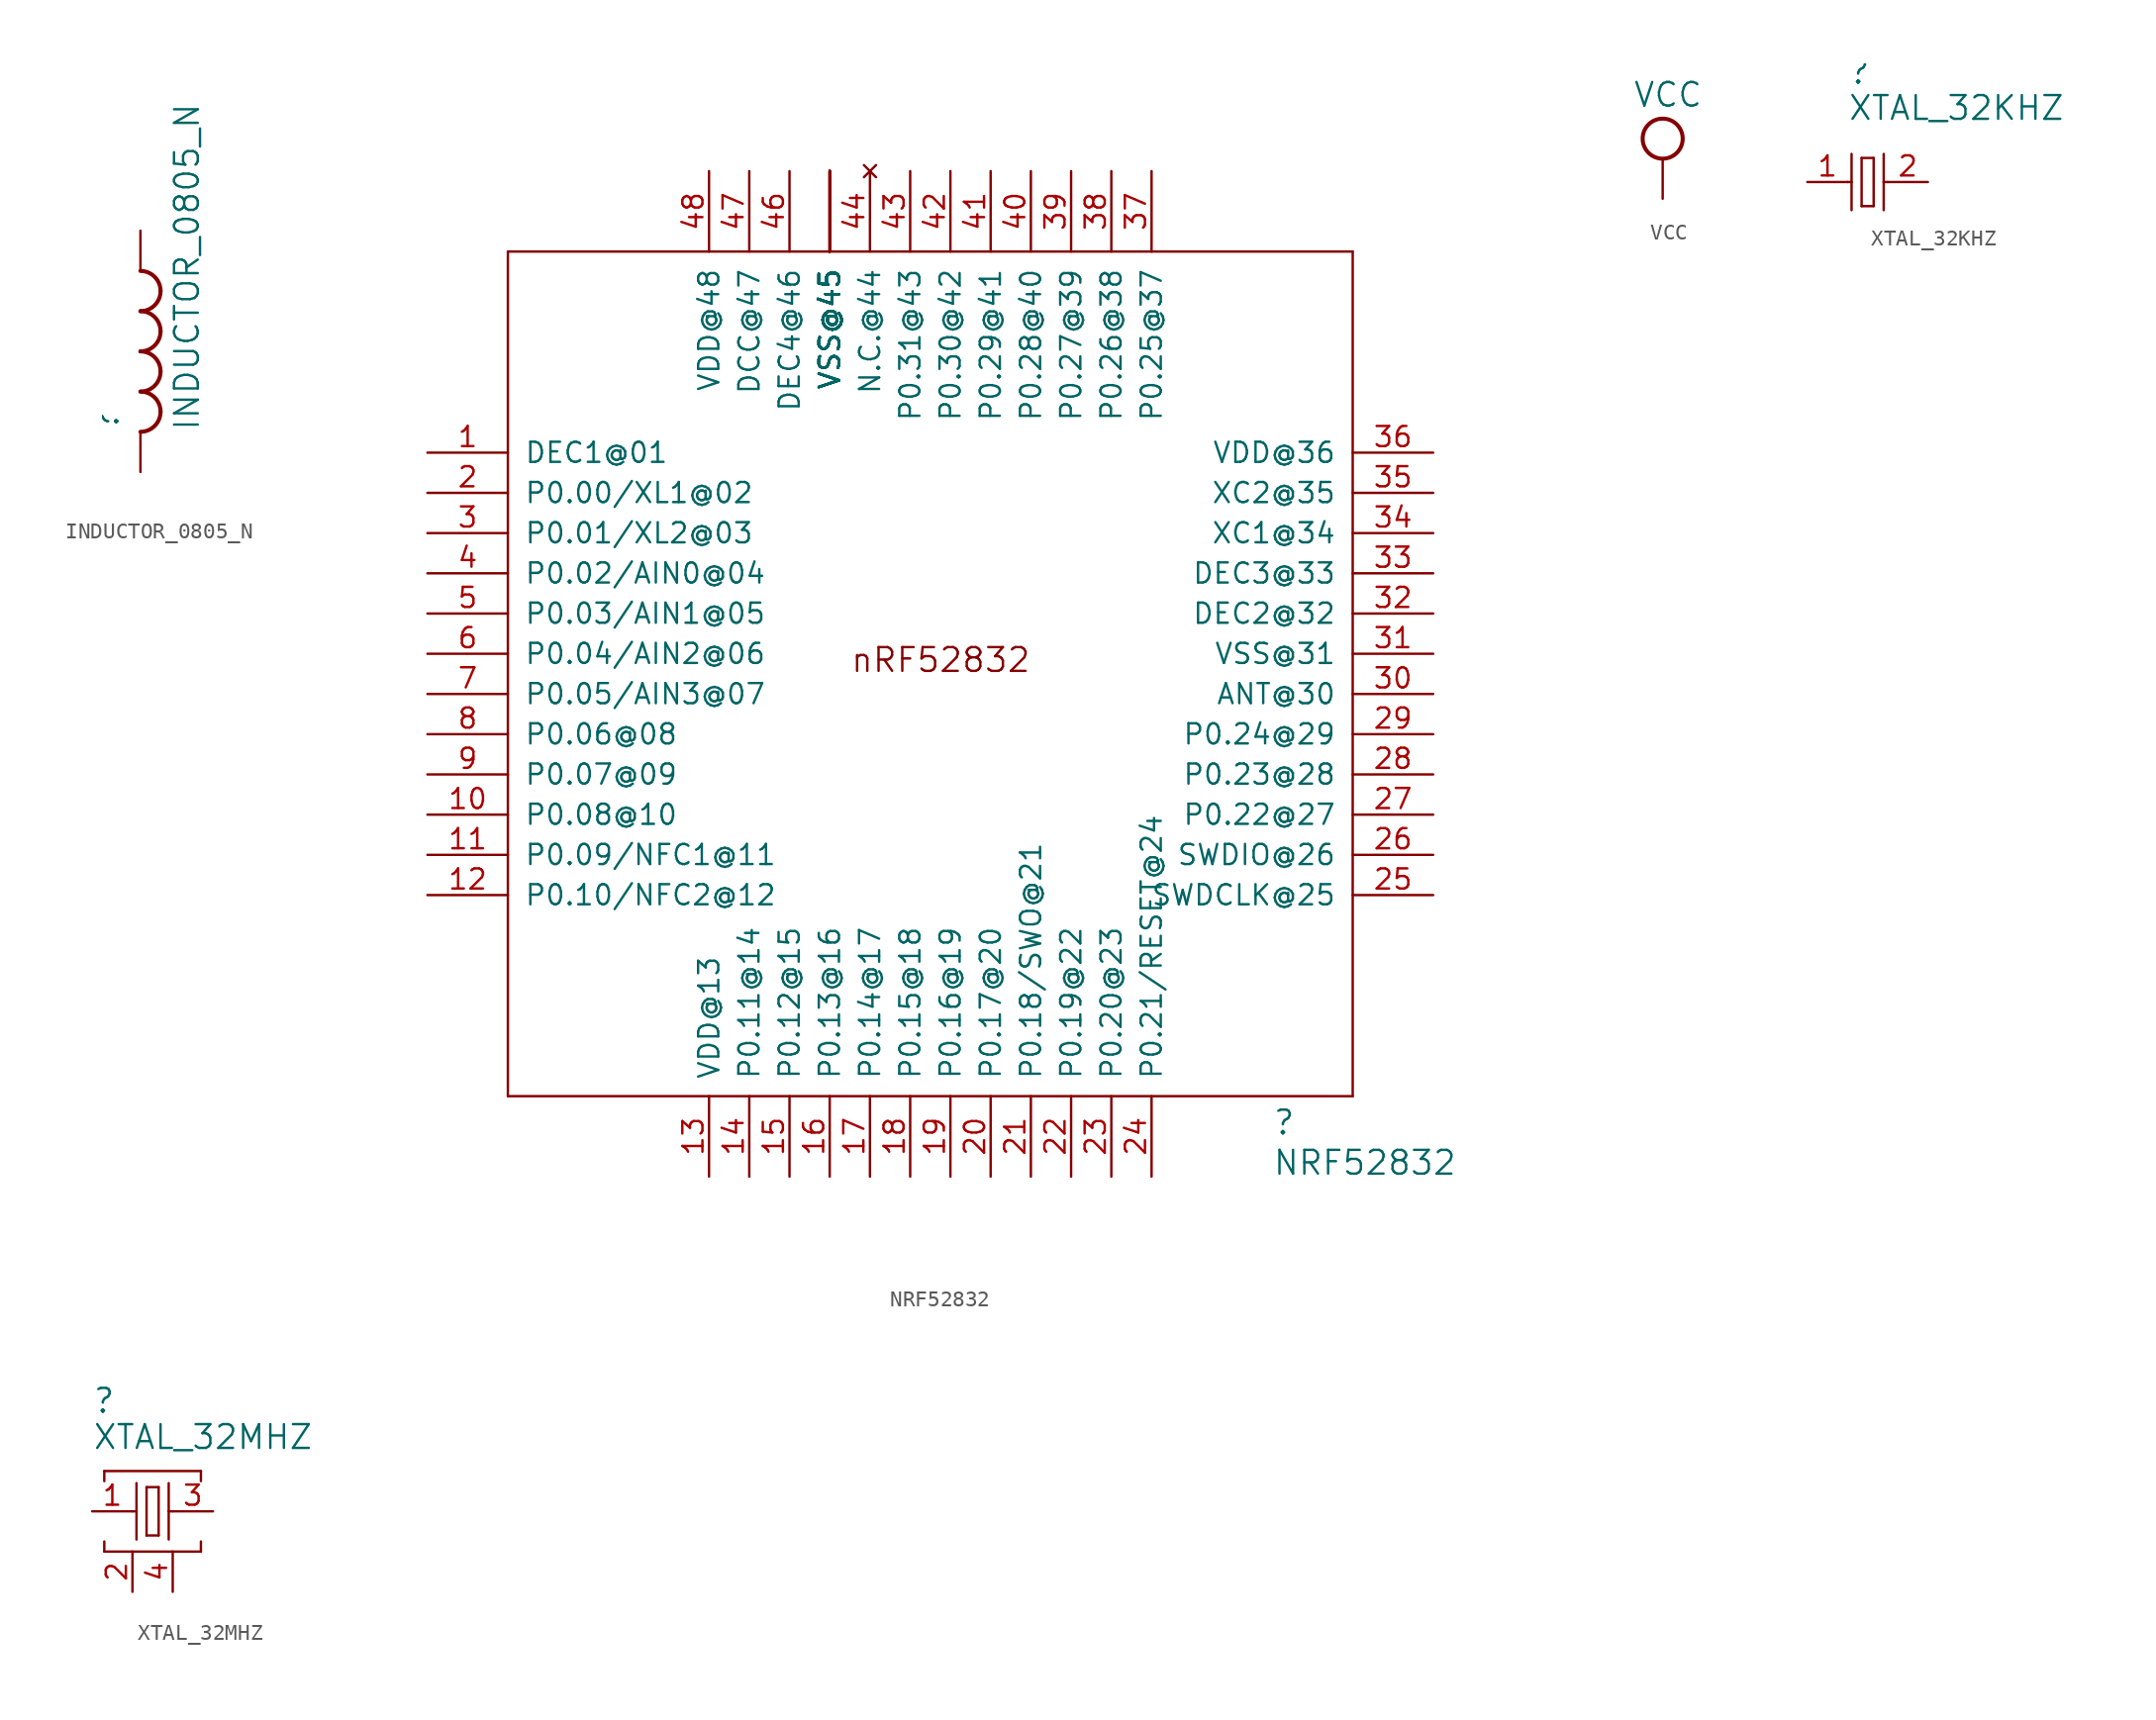
<source format=kicad_sym>
(kicad_symbol_lib
  (version 20211014)
  (generator kicad_symbol_editor)
  (symbol "INDUCTOR_0805_N"
    (pin_names
      (offset 1.016))
    (property "Reference" ""
      (at -1.27 -5.08 90)
      (effects (font (size 1.499 1.499)) (justify left bottom)))
    (property "Value" "INDUCTOR_0805_N"
      (at 3.81 -5.08 90)
      (effects (font (size 1.499 1.499)) (justify left bottom)))
    (property "ki_locked" ""
      (at 0 0 0)
      (effects (font (size 1.27 1.27))))
    (symbol "INDUCTOR_0805_N_1_0"
      (arc (start 0 -5.08) (mid 0.898 -4.708) (end 1.27 -3.81) (stroke (width 0.254) (type default) (color 0 0 0 0)) (fill (type none)))
      (arc (start 0 -2.54) (mid 0.898 -2.168) (end 1.27 -1.27) (stroke (width 0.254) (type default) (color 0 0 0 0)) (fill (type none)))
      (arc (start 0 0) (mid 0.898 0.372) (end 1.27 1.27) (stroke (width 0.254) (type default) (color 0 0 0 0)) (fill (type none)))
      (arc (start 0 2.54) (mid 0.898 2.912) (end 1.27 3.81) (stroke (width 0.254) (type default) (color 0 0 0 0)) (fill (type none)))
      (arc (start 1.27 -3.81) (mid 0.898 -2.912) (end 0 -2.54) (stroke (width 0.254) (type default) (color 0 0 0 0)) (fill (type none)))
      (arc (start 1.27 -1.27) (mid 0.898 -0.372) (end 0 0) (stroke (width 0.254) (type default) (color 0 0 0 0)) (fill (type none)))
      (arc (start 1.27 1.27) (mid 0.898 2.168) (end 0 2.54) (stroke (width 0.254) (type default) (color 0 0 0 0)) (fill (type none)))
      (arc (start 1.27 3.81) (mid 0.898 4.708) (end 0 5.08) (stroke (width 0.254) (type default) (color 0 0 0 0)) (fill (type none)))
      (pin passive line (at 0 7.62 270) (length 2.54) (name "1" (effects (font (size 0 0)))) (number "1" (effects (font (size 0 0)))))
      (pin passive line (at 0 -7.62 90) (length 2.54) (name "2" (effects (font (size 0 0)))) (number "2" (effects (font (size 0 0)))))))
  (symbol "NRF52832"
    (pin_names
      (offset 1.016))
    (property "Reference" ""
      (at 48.26 -2.54 0)
      (effects (font (size 1.499 1.499)) (justify left bottom)))
    (property "Value" "NRF52832"
      (at 48.26 -5.08 0)
      (effects (font (size 1.499 1.499)) (justify left bottom)))
    (property "ki_locked" ""
      (at 0 0 0)
      (effects (font (size 1.27 1.27))))
    (symbol "NRF52832_1_0"
      (polyline (pts (xy 0 0) (xy 0 53.34)) (stroke (width 0) (type default) (color 0 0 0 0)) (fill (type none)))
      (polyline (pts (xy 0 53.34) (xy 53.34 53.34)) (stroke (width 0) (type default) (color 0 0 0 0)) (fill (type none)))
      (polyline (pts (xy 53.34 0) (xy 0 0)) (stroke (width 0) (type default) (color 0 0 0 0)) (fill (type none)))
      (polyline (pts (xy 53.34 53.34) (xy 53.34 0)) (stroke (width 0) (type default) (color 0 0 0 0)) (fill (type none)))
      (text "nRF52832" (at 21.59 26.67 0) (effects (font (size 1.499 1.499)) (justify left bottom)))
      (pin power_in line (at -5.08 40.64 0) (length 5.08) (name "DEC1@01" (effects (font (size 1.27 1.27)))) (number "1" (effects (font (size 1.27 1.27)))))
      (pin bidirectional line (at -5.08 17.78 0) (length 5.08) (name "P0.08@10" (effects (font (size 1.27 1.27)))) (number "10" (effects (font (size 1.27 1.27)))))
      (pin bidirectional line (at -5.08 15.24 0) (length 5.08) (name "P0.09/NFC1@11" (effects (font (size 1.27 1.27)))) (number "11" (effects (font (size 1.27 1.27)))))
      (pin bidirectional line (at -5.08 12.7 0) (length 5.08) (name "P0.10/NFC2@12" (effects (font (size 1.27 1.27)))) (number "12" (effects (font (size 1.27 1.27)))))
      (pin power_in line (at 12.7 -5.08 90) (length 5.08) (name "VDD@13" (effects (font (size 1.27 1.27)))) (number "13" (effects (font (size 1.27 1.27)))))
      (pin bidirectional line (at 15.24 -5.08 90) (length 5.08) (name "P0.11@14" (effects (font (size 1.27 1.27)))) (number "14" (effects (font (size 1.27 1.27)))))
      (pin bidirectional line (at 17.78 -5.08 90) (length 5.08) (name "P0.12@15" (effects (font (size 1.27 1.27)))) (number "15" (effects (font (size 1.27 1.27)))))
      (pin bidirectional line (at 20.32 -5.08 90) (length 5.08) (name "P0.13@16" (effects (font (size 1.27 1.27)))) (number "16" (effects (font (size 1.27 1.27)))))
      (pin bidirectional line (at 22.86 -5.08 90) (length 5.08) (name "P0.14@17" (effects (font (size 1.27 1.27)))) (number "17" (effects (font (size 1.27 1.27)))))
      (pin bidirectional line (at 25.4 -5.08 90) (length 5.08) (name "P0.15@18" (effects (font (size 1.27 1.27)))) (number "18" (effects (font (size 1.27 1.27)))))
      (pin bidirectional line (at 27.94 -5.08 90) (length 5.08) (name "P0.16@19" (effects (font (size 1.27 1.27)))) (number "19" (effects (font (size 1.27 1.27)))))
      (pin bidirectional line (at -5.08 38.1 0) (length 5.08) (name "P0.00/XL1@02" (effects (font (size 1.27 1.27)))) (number "2" (effects (font (size 1.27 1.27)))))
      (pin bidirectional line (at 30.48 -5.08 90) (length 5.08) (name "P0.17@20" (effects (font (size 1.27 1.27)))) (number "20" (effects (font (size 1.27 1.27)))))
      (pin bidirectional line (at 33.02 -5.08 90) (length 5.08) (name "P0.18/SWO@21" (effects (font (size 1.27 1.27)))) (number "21" (effects (font (size 1.27 1.27)))))
      (pin bidirectional line (at 35.56 -5.08 90) (length 5.08) (name "P0.19@22" (effects (font (size 1.27 1.27)))) (number "22" (effects (font (size 1.27 1.27)))))
      (pin bidirectional line (at 38.1 -5.08 90) (length 5.08) (name "P0.20@23" (effects (font (size 1.27 1.27)))) (number "23" (effects (font (size 1.27 1.27)))))
      (pin bidirectional line (at 40.64 -5.08 90) (length 5.08) (name "P0.21/RESET@24" (effects (font (size 1.27 1.27)))) (number "24" (effects (font (size 1.27 1.27)))))
      (pin input line (at 58.42 12.7 180) (length 5.08) (name "SWDCLK@25" (effects (font (size 1.27 1.27)))) (number "25" (effects (font (size 1.27 1.27)))))
      (pin bidirectional line (at 58.42 15.24 180) (length 5.08) (name "SWDIO@26" (effects (font (size 1.27 1.27)))) (number "26" (effects (font (size 1.27 1.27)))))
      (pin bidirectional line (at 58.42 17.78 180) (length 5.08) (name "P0.22@27" (effects (font (size 1.27 1.27)))) (number "27" (effects (font (size 1.27 1.27)))))
      (pin bidirectional line (at 58.42 20.32 180) (length 5.08) (name "P0.23@28" (effects (font (size 1.27 1.27)))) (number "28" (effects (font (size 1.27 1.27)))))
      (pin bidirectional line (at 58.42 22.86 180) (length 5.08) (name "P0.24@29" (effects (font (size 1.27 1.27)))) (number "29" (effects (font (size 1.27 1.27)))))
      (pin bidirectional line (at -5.08 35.56 0) (length 5.08) (name "P0.01/XL2@03" (effects (font (size 1.27 1.27)))) (number "3" (effects (font (size 1.27 1.27)))))
      (pin bidirectional line (at 58.42 25.4 180) (length 5.08) (name "ANT@30" (effects (font (size 1.27 1.27)))) (number "30" (effects (font (size 1.27 1.27)))))
      (pin bidirectional line (at 58.42 27.94 180) (length 5.08) (name "VSS@31" (effects (font (size 1.27 1.27)))) (number "31" (effects (font (size 1.27 1.27)))))
      (pin bidirectional line (at 58.42 30.48 180) (length 5.08) (name "DEC2@32" (effects (font (size 1.27 1.27)))) (number "32" (effects (font (size 1.27 1.27)))))
      (pin bidirectional line (at 58.42 33.02 180) (length 5.08) (name "DEC3@33" (effects (font (size 1.27 1.27)))) (number "33" (effects (font (size 1.27 1.27)))))
      (pin input line (at 58.42 35.56 180) (length 5.08) (name "XC1@34" (effects (font (size 1.27 1.27)))) (number "34" (effects (font (size 1.27 1.27)))))
      (pin output line (at 58.42 38.1 180) (length 5.08) (name "XC2@35" (effects (font (size 1.27 1.27)))) (number "35" (effects (font (size 1.27 1.27)))))
      (pin power_in line (at 58.42 40.64 180) (length 5.08) (name "VDD@36" (effects (font (size 1.27 1.27)))) (number "36" (effects (font (size 1.27 1.27)))))
      (pin bidirectional line (at 40.64 58.42 270) (length 5.08) (name "P0.25@37" (effects (font (size 1.27 1.27)))) (number "37" (effects (font (size 1.27 1.27)))))
      (pin bidirectional line (at 38.1 58.42 270) (length 5.08) (name "P0.26@38" (effects (font (size 1.27 1.27)))) (number "38" (effects (font (size 1.27 1.27)))))
      (pin bidirectional line (at 35.56 58.42 270) (length 5.08) (name "P0.27@39" (effects (font (size 1.27 1.27)))) (number "39" (effects (font (size 1.27 1.27)))))
      (pin bidirectional line (at -5.08 33.02 0) (length 5.08) (name "P0.02/AIN0@04" (effects (font (size 1.27 1.27)))) (number "4" (effects (font (size 1.27 1.27)))))
      (pin bidirectional line (at 33.02 58.42 270) (length 5.08) (name "P0.28@40" (effects (font (size 1.27 1.27)))) (number "40" (effects (font (size 1.27 1.27)))))
      (pin bidirectional line (at 30.48 58.42 270) (length 5.08) (name "P0.29@41" (effects (font (size 1.27 1.27)))) (number "41" (effects (font (size 1.27 1.27)))))
      (pin bidirectional line (at 27.94 58.42 270) (length 5.08) (name "P0.30@42" (effects (font (size 1.27 1.27)))) (number "42" (effects (font (size 1.27 1.27)))))
      (pin bidirectional line (at 25.4 58.42 270) (length 5.08) (name "P0.31@43" (effects (font (size 1.27 1.27)))) (number "43" (effects (font (size 1.27 1.27)))))
      (pin no_connect line (at 22.86 58.42 270) (length 5.08) (name "N.C.@44" (effects (font (size 1.27 1.27)))) (number "44" (effects (font (size 1.27 1.27)))))
      (pin power_in line (at 20.32 58.42 270) (length 5.08) (name "VSS@45" (effects (font (size 1.27 1.27)))) (number "45" (effects (font (size 0 0)))))
      (pin power_in line (at 17.78 58.42 270) (length 5.08) (name "DEC4@46" (effects (font (size 1.27 1.27)))) (number "46" (effects (font (size 1.27 1.27)))))
      (pin output line (at 15.24 58.42 270) (length 5.08) (name "DCC@47" (effects (font (size 1.27 1.27)))) (number "47" (effects (font (size 1.27 1.27)))))
      (pin power_in line (at 12.7 58.42 270) (length 5.08) (name "VDD@48" (effects (font (size 1.27 1.27)))) (number "48" (effects (font (size 1.27 1.27)))))
      (pin bidirectional line (at -5.08 30.48 0) (length 5.08) (name "P0.03/AIN1@05" (effects (font (size 1.27 1.27)))) (number "5" (effects (font (size 1.27 1.27)))))
      (pin bidirectional line (at -5.08 27.94 0) (length 5.08) (name "P0.04/AIN2@06" (effects (font (size 1.27 1.27)))) (number "6" (effects (font (size 1.27 1.27)))))
      (pin bidirectional line (at -5.08 25.4 0) (length 5.08) (name "P0.05/AIN3@07" (effects (font (size 1.27 1.27)))) (number "7" (effects (font (size 1.27 1.27)))))
      (pin bidirectional line (at -5.08 22.86 0) (length 5.08) (name "P0.06@08" (effects (font (size 1.27 1.27)))) (number "8" (effects (font (size 1.27 1.27)))))
      (pin bidirectional line (at -5.08 20.32 0) (length 5.08) (name "P0.07@09" (effects (font (size 1.27 1.27)))) (number "9" (effects (font (size 1.27 1.27)))))
      (pin power_in line (at 20.32 58.42 270) (length 5.08) (name "VSS@45" (effects (font (size 1.27 1.27)))) (number "PAD" (effects (font (size 0 0)))))
      (pin power_in line (at 20.32 58.42 270) (length 5.08) (name "VSS@45" (effects (font (size 1.27 1.27)))) (number "PAD@VIA01" (effects (font (size 0 0)))))
      (pin power_in line (at 20.32 58.42 270) (length 5.08) (name "VSS@45" (effects (font (size 1.27 1.27)))) (number "PAD@VIA02" (effects (font (size 0 0)))))
      (pin power_in line (at 20.32 58.42 270) (length 5.08) (name "VSS@45" (effects (font (size 1.27 1.27)))) (number "PAD@VIA03" (effects (font (size 0 0)))))
      (pin power_in line (at 20.32 58.42 270) (length 5.08) (name "VSS@45" (effects (font (size 1.27 1.27)))) (number "PAD@VIA04" (effects (font (size 0 0)))))
      (pin power_in line (at 20.32 58.42 270) (length 5.08) (name "VSS@45" (effects (font (size 1.27 1.27)))) (number "PAD@VIA05" (effects (font (size 0 0)))))
      (pin power_in line (at 20.32 58.42 270) (length 5.08) (name "VSS@45" (effects (font (size 1.27 1.27)))) (number "PAD@VIA06" (effects (font (size 0 0)))))
      (pin power_in line (at 20.32 58.42 270) (length 5.08) (name "VSS@45" (effects (font (size 1.27 1.27)))) (number "PAD@VIA07" (effects (font (size 0 0)))))
      (pin power_in line (at 20.32 58.42 270) (length 5.08) (name "VSS@45" (effects (font (size 1.27 1.27)))) (number "PAD@VIA08" (effects (font (size 0 0)))))
      (pin power_in line (at 20.32 58.42 270) (length 5.08) (name "VSS@45" (effects (font (size 1.27 1.27)))) (number "PAD@VIA09" (effects (font (size 0 0)))))
      (pin power_in line (at 20.32 58.42 270) (length 5.08) (name "VSS@45" (effects (font (size 1.27 1.27)))) (number "PAD@VIA10" (effects (font (size 0 0)))))
      (pin power_in line (at 20.32 58.42 270) (length 5.08) (name "VSS@45" (effects (font (size 1.27 1.27)))) (number "PAD@VIA11" (effects (font (size 0 0)))))
      (pin power_in line (at 20.32 58.42 270) (length 5.08) (name "VSS@45" (effects (font (size 1.27 1.27)))) (number "PAD@VIA12" (effects (font (size 0 0)))))
      (pin power_in line (at 20.32 58.42 270) (length 5.08) (name "VSS@45" (effects (font (size 1.27 1.27)))) (number "PAD@VIA13" (effects (font (size 0 0)))))
      (pin power_in line (at 20.32 58.42 270) (length 5.08) (name "VSS@45" (effects (font (size 1.27 1.27)))) (number "PAD@VIA14" (effects (font (size 0 0)))))
      (pin power_in line (at 20.32 58.42 270) (length 5.08) (name "VSS@45" (effects (font (size 1.27 1.27)))) (number "PAD@VIA15" (effects (font (size 0 0)))))
      (pin power_in line (at 20.32 58.42 270) (length 5.08) (name "VSS@45" (effects (font (size 1.27 1.27)))) (number "PAD@VIA16" (effects (font (size 0 0)))))))
  (symbol "VCC"
    (power)
    (pin_names
      (offset 1.016))
    (property "Reference" "#SUPPLY"
      (at 0 0 0)
      (effects (font (size 1.27 1.27)) hide))
    (property "Value" "VCC"
      (at -1.905 3.175 0)
      (effects (font (size 1.499 1.499)) (justify left bottom)))
    (property "ki_locked" ""
      (at 0 0 0)
      (effects (font (size 1.27 1.27))))
    (symbol "VCC_1_0"
      (circle (center 0 1.27) (radius 1.27) (stroke (width 0.254) (type default) (color 0 0 0 0)) (fill (type none)))
      (pin power_in line (at 0 -2.54 90) (length 2.54) (name "VCC" (effects (font (size 0 0)))) (number "1" (effects (font (size 0 0)))))))
  (symbol "XTAL_32KHZ"
    (pin_names
      (offset 1.016))
    (property "Reference" ""
      (at 0 6.096 0)
      (effects (font (size 1.499 1.499)) (justify left bottom)))
    (property "Value" "XTAL_32KHZ"
      (at 0 3.81 0)
      (effects (font (size 1.499 1.499)) (justify left bottom)))
    (property "ki_locked" ""
      (at 0 0 0)
      (effects (font (size 1.27 1.27))))
    (symbol "XTAL_32KHZ_1_0"
      (polyline (pts (xy 0 0) (xy 0.254 0)) (stroke (width 0) (type default) (color 0 0 0 0)) (fill (type none)))
      (polyline (pts (xy 0.254 0) (xy 0.254 -1.778)) (stroke (width 0) (type default) (color 0 0 0 0)) (fill (type none)))
      (polyline (pts (xy 0.254 1.778) (xy 0.254 0)) (stroke (width 0) (type default) (color 0 0 0 0)) (fill (type none)))
      (polyline (pts (xy 0.889 -1.524) (xy 1.651 -1.524)) (stroke (width 0) (type default) (color 0 0 0 0)) (fill (type none)))
      (polyline (pts (xy 0.889 1.524) (xy 0.889 -1.524)) (stroke (width 0) (type default) (color 0 0 0 0)) (fill (type none)))
      (polyline (pts (xy 1.651 -1.524) (xy 1.651 1.524)) (stroke (width 0) (type default) (color 0 0 0 0)) (fill (type none)))
      (polyline (pts (xy 1.651 1.524) (xy 0.889 1.524)) (stroke (width 0) (type default) (color 0 0 0 0)) (fill (type none)))
      (polyline (pts (xy 2.286 0) (xy 2.286 -1.778)) (stroke (width 0) (type default) (color 0 0 0 0)) (fill (type none)))
      (polyline (pts (xy 2.286 0) (xy 2.54 0)) (stroke (width 0) (type default) (color 0 0 0 0)) (fill (type none)))
      (polyline (pts (xy 2.286 1.778) (xy 2.286 0)) (stroke (width 0) (type default) (color 0 0 0 0)) (fill (type none)))
      (pin passive line (at -2.54 0 0) (length 2.54) (name "1" (effects (font (size 0 0)))) (number "1" (effects (font (size 1.27 1.27)))))
      (pin passive line (at 5.08 0 180) (length 2.54) (name "2" (effects (font (size 0 0)))) (number "2" (effects (font (size 1.27 1.27)))))))
  (symbol "XTAL_32MHZ"
    (pin_names
      (offset 1.016))
    (property "Reference" ""
      (at 0 8.636 0)
      (effects (font (size 1.499 1.499)) (justify left bottom)))
    (property "Value" "XTAL_32MHZ"
      (at 0 6.35 0)
      (effects (font (size 1.499 1.499)) (justify left bottom)))
    (property "ki_locked" ""
      (at 0 0 0)
      (effects (font (size 1.27 1.27))))
    (symbol "XTAL_32MHZ_1_0"
      (polyline (pts (xy 0.762 0) (xy 0.762 0.635)) (stroke (width 0) (type default) (color 0 0 0 0)) (fill (type none)))
      (polyline (pts (xy 0.762 0) (xy 6.858 0)) (stroke (width 0) (type default) (color 0 0 0 0)) (fill (type none)))
      (polyline (pts (xy 0.762 4.445) (xy 0.762 5.08)) (stroke (width 0) (type default) (color 0 0 0 0)) (fill (type none)))
      (polyline (pts (xy 0.762 5.08) (xy 6.858 5.08)) (stroke (width 0) (type default) (color 0 0 0 0)) (fill (type none)))
      (polyline (pts (xy 2.54 2.54) (xy 2.794 2.54)) (stroke (width 0) (type default) (color 0 0 0 0)) (fill (type none)))
      (polyline (pts (xy 2.794 2.54) (xy 2.794 0.762)) (stroke (width 0) (type default) (color 0 0 0 0)) (fill (type none)))
      (polyline (pts (xy 2.794 4.318) (xy 2.794 2.54)) (stroke (width 0) (type default) (color 0 0 0 0)) (fill (type none)))
      (polyline (pts (xy 3.429 1.016) (xy 4.191 1.016)) (stroke (width 0) (type default) (color 0 0 0 0)) (fill (type none)))
      (polyline (pts (xy 3.429 4.064) (xy 3.429 1.016)) (stroke (width 0) (type default) (color 0 0 0 0)) (fill (type none)))
      (polyline (pts (xy 4.191 1.016) (xy 4.191 4.064)) (stroke (width 0) (type default) (color 0 0 0 0)) (fill (type none)))
      (polyline (pts (xy 4.191 4.064) (xy 3.429 4.064)) (stroke (width 0) (type default) (color 0 0 0 0)) (fill (type none)))
      (polyline (pts (xy 4.826 2.54) (xy 4.826 0.762)) (stroke (width 0) (type default) (color 0 0 0 0)) (fill (type none)))
      (polyline (pts (xy 4.826 2.54) (xy 5.08 2.54)) (stroke (width 0) (type default) (color 0 0 0 0)) (fill (type none)))
      (polyline (pts (xy 4.826 4.318) (xy 4.826 2.54)) (stroke (width 0) (type default) (color 0 0 0 0)) (fill (type none)))
      (polyline (pts (xy 6.858 0.635) (xy 6.858 0)) (stroke (width 0) (type default) (color 0 0 0 0)) (fill (type none)))
      (polyline (pts (xy 6.858 5.08) (xy 6.858 4.445)) (stroke (width 0) (type default) (color 0 0 0 0)) (fill (type none)))
      (pin passive line (at 0 2.54 0) (length 2.54) (name "1" (effects (font (size 0 0)))) (number "1" (effects (font (size 1.27 1.27)))))
      (pin passive line (at 2.54 -2.54 90) (length 2.54) (name "2" (effects (font (size 0 0)))) (number "2" (effects (font (size 1.27 1.27)))))
      (pin passive line (at 7.62 2.54 180) (length 2.54) (name "3" (effects (font (size 0 0)))) (number "3" (effects (font (size 1.27 1.27)))))
      (pin passive line (at 5.08 -2.54 90) (length 2.54) (name "4" (effects (font (size 0 0)))) (number "4" (effects (font (size 1.27 1.27))))))))
</source>
